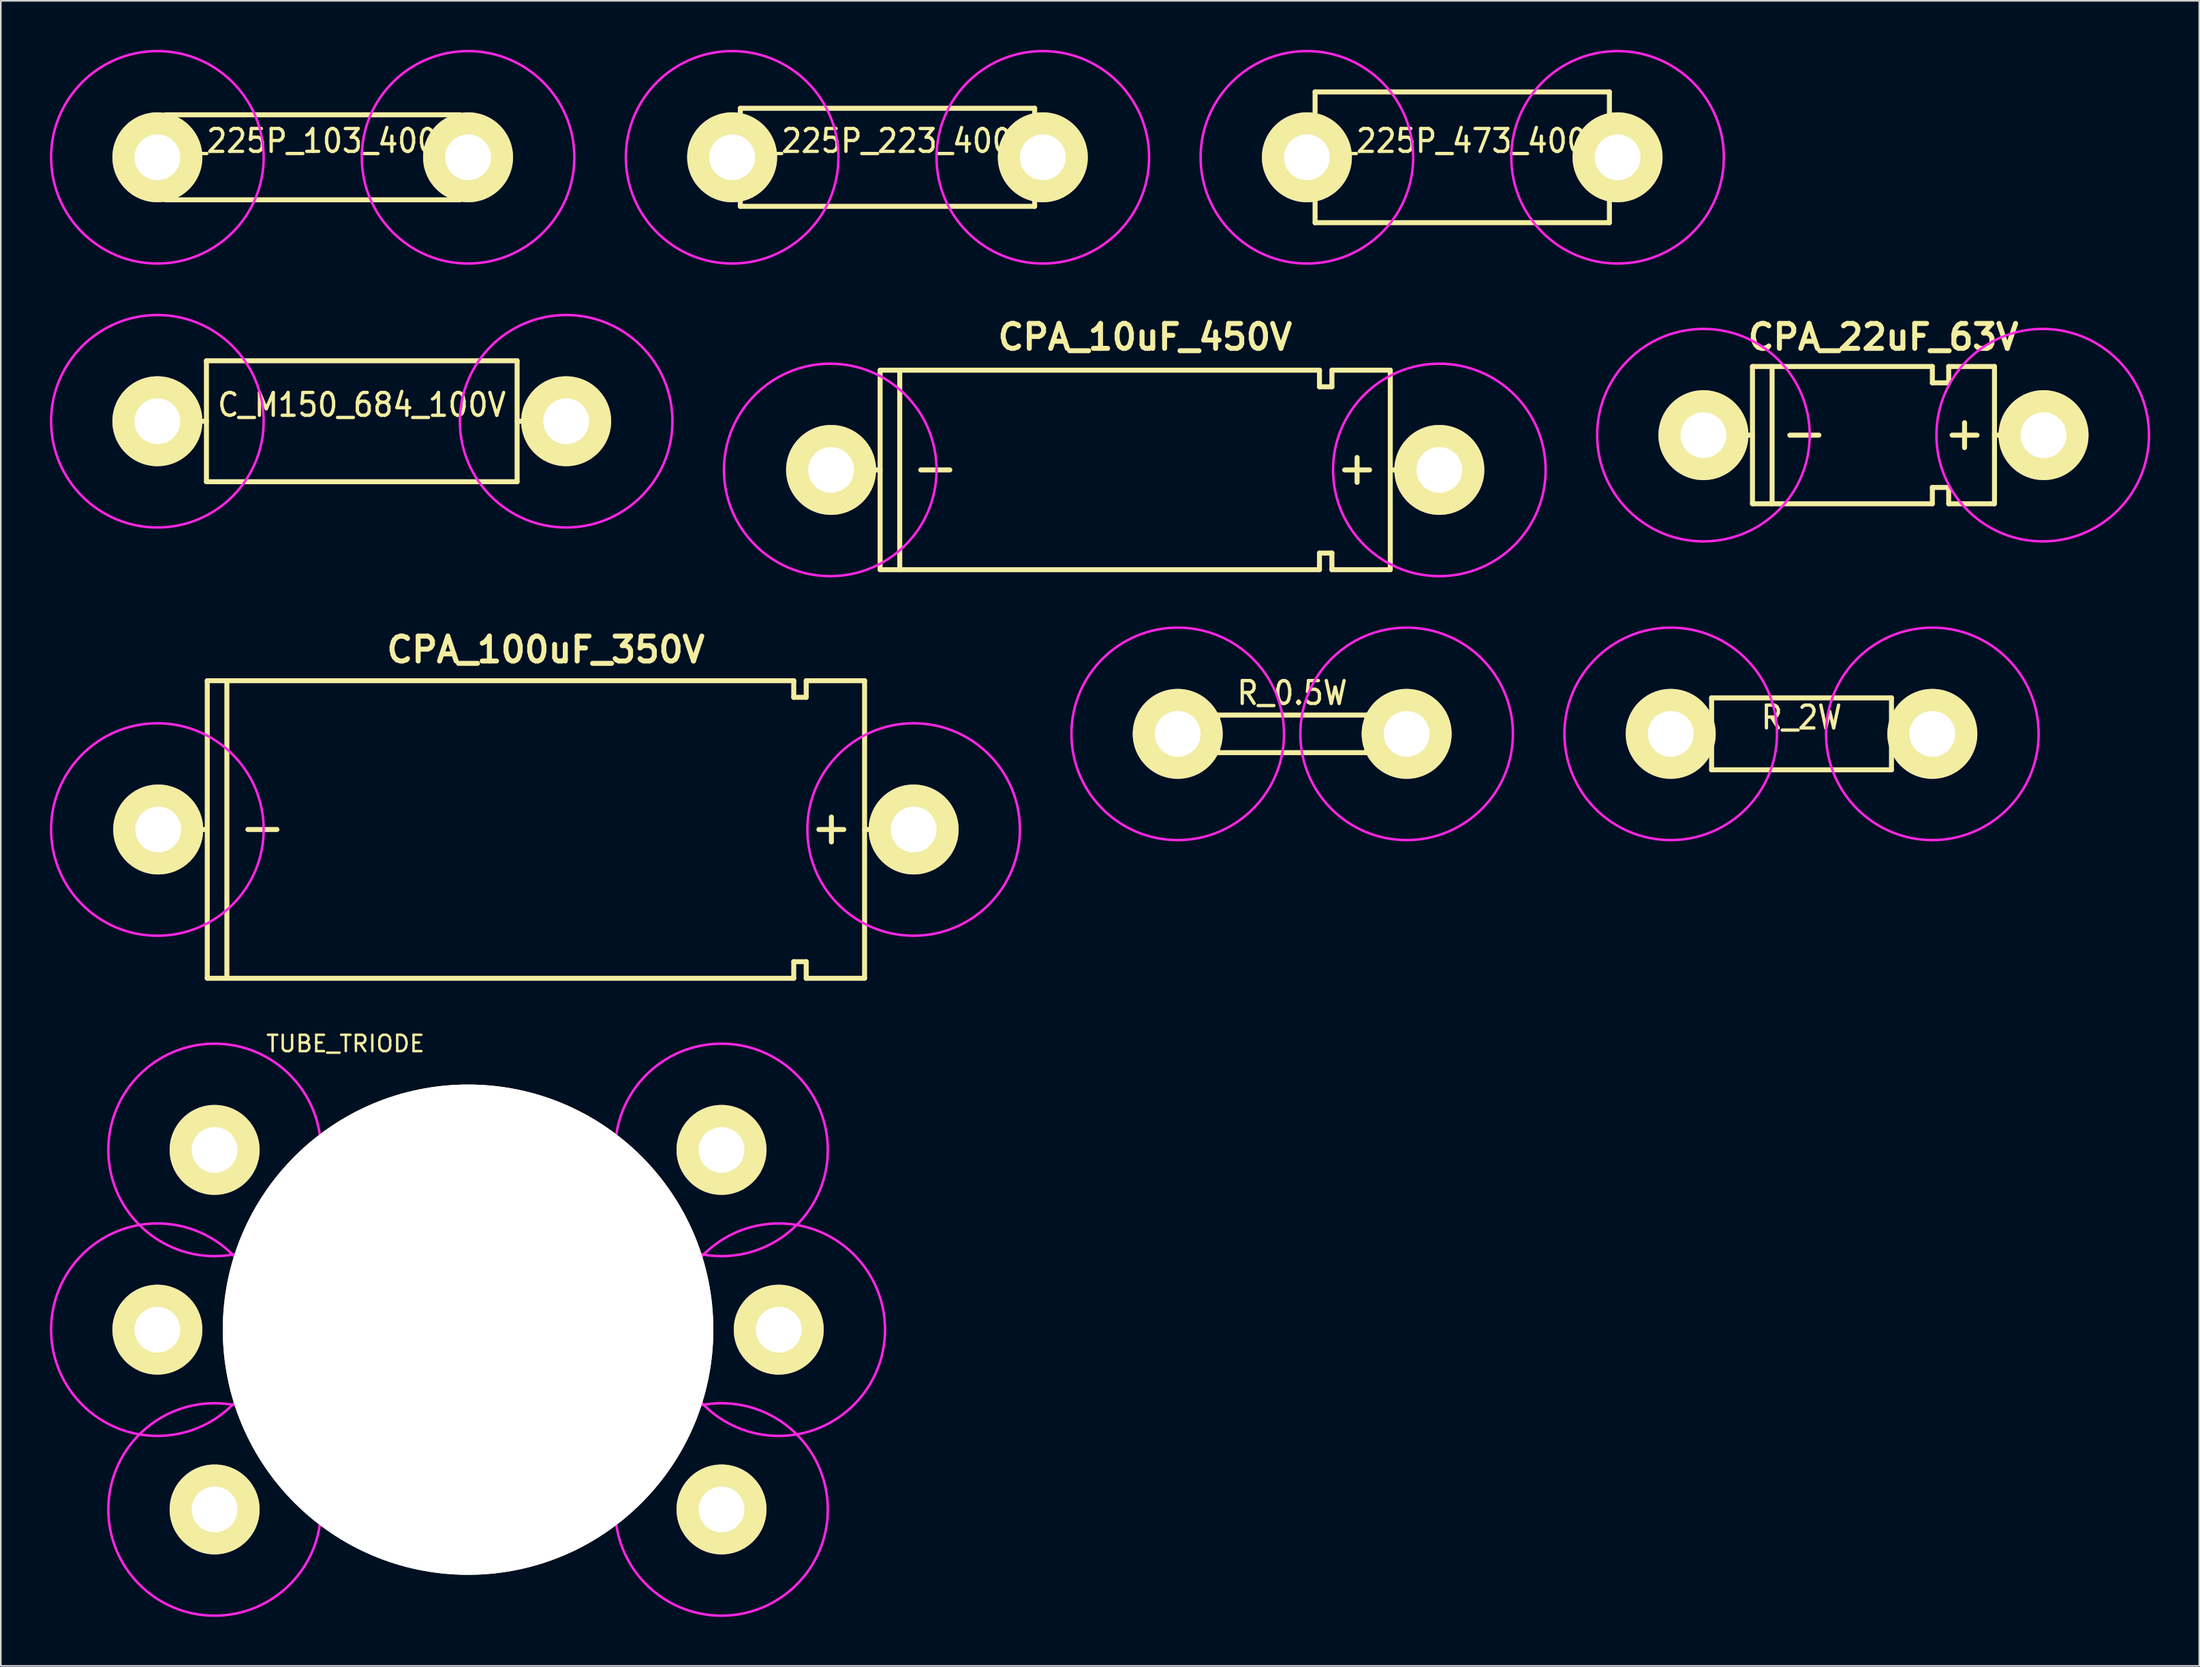
<source format=kicad_pcb>
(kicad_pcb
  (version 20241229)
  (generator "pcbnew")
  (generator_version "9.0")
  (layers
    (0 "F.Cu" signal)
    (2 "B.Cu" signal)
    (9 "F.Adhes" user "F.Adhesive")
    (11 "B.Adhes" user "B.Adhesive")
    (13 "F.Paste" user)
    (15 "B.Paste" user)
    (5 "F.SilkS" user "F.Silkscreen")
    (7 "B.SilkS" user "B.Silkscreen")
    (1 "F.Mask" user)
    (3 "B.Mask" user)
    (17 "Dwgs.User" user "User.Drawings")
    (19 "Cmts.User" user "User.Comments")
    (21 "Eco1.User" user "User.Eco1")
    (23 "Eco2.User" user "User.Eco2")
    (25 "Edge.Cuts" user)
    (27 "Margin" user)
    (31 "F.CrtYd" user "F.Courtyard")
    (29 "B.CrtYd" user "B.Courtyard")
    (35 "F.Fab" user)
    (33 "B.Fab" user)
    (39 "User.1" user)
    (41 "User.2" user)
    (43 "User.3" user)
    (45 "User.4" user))
  (footprint "C_225P_473_400V"
    (layer "F.Cu")
    (at 86.375 6.575)
    (property "Reference" "C_225P_473_400V" (at 0 -1 0) (layer "F.SilkS") (effects (font (size 1.397 1.27) (thickness 0.203))))
    (attr through_hole)
    (fp_line (start -9.5 0) (end -9 0) (stroke (width 0.305) (type solid)) (layer "F.SilkS"))
    (fp_line (start -9 -4) (end 9 -4) (stroke (width 0.305) (type solid)) (layer "F.SilkS"))
    (fp_line (start -9 4) (end -9 -4) (stroke (width 0.305) (type solid)) (layer "F.SilkS"))
    (fp_line (start 9 -4) (end 9 4) (stroke (width 0.305) (type solid)) (layer "F.SilkS"))
    (fp_line (start 9 0) (end 9.5 0) (stroke (width 0.305) (type solid)) (layer "F.SilkS"))
    (fp_line (start 9 4) (end -9 4) (stroke (width 0.305) (type solid)) (layer "F.SilkS"))
    (fp_circle (center -9.5 0) (end -3 0) (stroke (width 0.15) (type solid)) (fill no) (layer "F.CrtYd"))
    (fp_circle (center 9.5 0) (end 16 0) (stroke (width 0.15) (type solid)) (fill no) (layer "F.CrtYd"))
    (pad "1" thru_hole circle (at -9.5 0) (size 5.5 5.5) (drill 2.8) (layers "*.Cu" "*.Mask" "F.SilkS"))
    (pad "2" thru_hole circle (at 9.5 0) (size 5.5 5.5) (drill 2.8) (layers "*.Cu" "*.Mask" "F.SilkS")))
  (footprint "C_225P_103_400V"
    (layer "F.Cu")
    (at 16.075 6.575)
    (property "Reference" "C_225P_103_400V" (at 0 -1 0) (layer "F.SilkS") (effects (font (size 1.397 1.27) (thickness 0.203))))
    (attr through_hole)
    (fp_line (start -9.5 0) (end -9 0) (stroke (width 0.305) (type solid)) (layer "F.SilkS"))
    (fp_line (start -9 -2.6) (end 9 -2.6) (stroke (width 0.305) (type solid)) (layer "F.SilkS"))
    (fp_line (start -9 2.6) (end -9 -2.6) (stroke (width 0.305) (type solid)) (layer "F.SilkS"))
    (fp_line (start 9 -2.6) (end 9 2.6) (stroke (width 0.305) (type solid)) (layer "F.SilkS"))
    (fp_line (start 9 0) (end 9.5 0) (stroke (width 0.305) (type solid)) (layer "F.SilkS"))
    (fp_line (start 9 2.6) (end -9 2.6) (stroke (width 0.305) (type solid)) (layer "F.SilkS"))
    (fp_circle (center -9.5 0) (end -3 0) (stroke (width 0.15) (type solid)) (fill no) (layer "F.CrtYd"))
    (fp_circle (center 9.5 0) (end 16 0) (stroke (width 0.15) (type solid)) (fill no) (layer "F.CrtYd"))
    (pad "1" thru_hole circle (at -9.5 0) (size 5.5 5.5) (drill 2.8) (layers "*.Cu" "*.Mask" "F.SilkS"))
    (pad "2" thru_hole circle (at 9.5 0) (size 5.5 5.5) (drill 2.8) (layers "*.Cu" "*.Mask" "F.SilkS")))
  (footprint "CPA_22uF_63V"
    (layer "F.Cu")
    (at 112.125 23.576)
    (property "Reference" "CPA_22uF_63V" (at 0 -6 0) (layer "F.SilkS") (effects (font (size 1.524 1.524) (thickness 0.305))))
    (attr through_hole)
    (fp_line (start -8 -4.2) (end 3 -4.2) (stroke (width 0.305) (type solid)) (layer "F.SilkS"))
    (fp_line (start -8 0) (end -11 0) (stroke (width 0.305) (type solid)) (layer "F.SilkS"))
    (fp_line (start -8 4.2) (end -8 -4.2) (stroke (width 0.305) (type solid)) (layer "F.SilkS"))
    (fp_line (start -8 4.2) (end 3 4.2) (stroke (width 0.305) (type solid)) (layer "F.SilkS"))
    (fp_line (start -6.8 -4.2) (end -6.8 4.2) (stroke (width 0.305) (type solid)) (layer "F.SilkS"))
    (fp_line (start -5.716 0) (end -3.938 0) (stroke (width 0.305) (type solid)) (layer "F.SilkS"))
    (fp_line (start 3 -3.2) (end 3 -4.2) (stroke (width 0.305) (type solid)) (layer "F.SilkS"))
    (fp_line (start 3 -3.2) (end 4 -3.2) (stroke (width 0.305) (type solid)) (layer "F.SilkS"))
    (fp_line (start 3 3.2) (end 4 3.2) (stroke (width 0.305) (type solid)) (layer "F.SilkS"))
    (fp_line (start 3 4.2) (end 3 3.2) (stroke (width 0.305) (type solid)) (layer "F.SilkS"))
    (fp_line (start 4 -4.2) (end 4 -3.2) (stroke (width 0.305) (type solid)) (layer "F.SilkS"))
    (fp_line (start 4 -4.2) (end 6.8 -4.2) (stroke (width 0.305) (type solid)) (layer "F.SilkS"))
    (fp_line (start 4 3.2) (end 4 4.2) (stroke (width 0.305) (type solid)) (layer "F.SilkS"))
    (fp_line (start 4 4.2) (end 6.8 4.2) (stroke (width 0.305) (type solid)) (layer "F.SilkS"))
    (fp_line (start 4.97 0.762) (end 4.97 -0.762) (stroke (width 0.305) (type solid)) (layer "F.SilkS"))
    (fp_line (start 5.732 0) (end 4.208 0) (stroke (width 0.305) (type solid)) (layer "F.SilkS"))
    (fp_line (start 6.8 -4.2) (end 6.8 4.2) (stroke (width 0.305) (type solid)) (layer "F.SilkS"))
    (fp_line (start 6.8 0) (end 9.8 0) (stroke (width 0.305) (type solid)) (layer "F.SilkS"))
    (fp_circle (center -11 0) (end -4.5 0) (stroke (width 0.15) (type solid)) (fill no) (layer "F.CrtYd"))
    (fp_circle (center 9.75 0) (end 16.25 0) (stroke (width 0.15) (type solid)) (fill no) (layer "F.CrtYd"))
    (pad "1" thru_hole circle (at 9.8 0) (size 5.5 5.5) (drill 2.8) (layers "*.Cu" "*.Mask" "F.SilkS"))
    (pad "2" thru_hole circle (at -11 0) (size 5.5 5.5) (drill 2.8) (layers "*.Cu" "*.Mask" "F.SilkS")))
  (footprint "CPA_10uF_450V"
    (layer "F.Cu")
    (at 66.975 25.704)
    (property "Reference" "CPA_10uF_450V" (at 0 -8.128 0) (layer "F.SilkS") (effects (font (size 1.524 1.524) (thickness 0.305))))
    (attr through_hole)
    (fp_line (start -16.2 -6.104) (end 10.668 -6.104) (stroke (width 0.305) (type solid)) (layer "F.SilkS"))
    (fp_line (start -16.2 0) (end -19.2 0) (stroke (width 0.305) (type solid)) (layer "F.SilkS"))
    (fp_line (start -16.2 6.1) (end -16.2 -6.1) (stroke (width 0.305) (type solid)) (layer "F.SilkS"))
    (fp_line (start -15 -6.1) (end -15 6.1) (stroke (width 0.305) (type solid)) (layer "F.SilkS"))
    (fp_line (start -13.716 0) (end -11.938 0) (stroke (width 0.305) (type solid)) (layer "F.SilkS"))
    (fp_line (start 10.668 -6.104) (end 10.668 -5.088) (stroke (width 0.305) (type solid)) (layer "F.SilkS"))
    (fp_line (start 10.668 -5.088) (end 11.43 -5.088) (stroke (width 0.305) (type solid)) (layer "F.SilkS"))
    (fp_line (start 10.668 5.088) (end 10.668 6.104) (stroke (width 0.305) (type solid)) (layer "F.SilkS"))
    (fp_line (start 10.668 6.104) (end -16.2 6.104) (stroke (width 0.305) (type solid)) (layer "F.SilkS"))
    (fp_line (start 11.43 -6.104) (end 15 -6.104) (stroke (width 0.305) (type solid)) (layer "F.SilkS"))
    (fp_line (start 11.43 -5.088) (end 11.43 -6.104) (stroke (width 0.305) (type solid)) (layer "F.SilkS"))
    (fp_line (start 11.43 5.088) (end 10.668 5.088) (stroke (width 0.305) (type solid)) (layer "F.SilkS"))
    (fp_line (start 11.43 6.104) (end 11.43 5.088) (stroke (width 0.305) (type solid)) (layer "F.SilkS"))
    (fp_line (start 12.97 0.762) (end 12.97 -0.762) (stroke (width 0.305) (type solid)) (layer "F.SilkS"))
    (fp_line (start 13.732 0) (end 12.208 0) (stroke (width 0.305) (type solid)) (layer "F.SilkS"))
    (fp_line (start 15 -6.1) (end 15 6.1) (stroke (width 0.305) (type solid)) (layer "F.SilkS"))
    (fp_line (start 15 0) (end 18 0) (stroke (width 0.305) (type solid)) (layer "F.SilkS"))
    (fp_line (start 15 6.104) (end 11.43 6.104) (stroke (width 0.305) (type solid)) (layer "F.SilkS"))
    (fp_circle (center -19.25 0) (end -12.75 0) (stroke (width 0.15) (type solid)) (fill no) (layer "F.CrtYd"))
    (fp_circle (center 18 0) (end 24.5 0) (stroke (width 0.15) (type solid)) (fill no) (layer "F.CrtYd"))
    (pad "1" thru_hole circle (at 18 0) (size 5.5 5.5) (drill 2.8) (layers "*.Cu" "*.Mask" "F.SilkS"))
    (pad "2" thru_hole circle (at -19.2 0) (size 5.5 5.5) (drill 2.8) (layers "*.Cu" "*.Mask" "F.SilkS")))
  (footprint "C_M150_684_100V"
    (layer "F.Cu")
    (at 19.075 22.725)
    (property "Reference" "C_M150_684_100V" (at 0 -1 0) (layer "F.SilkS") (effects (font (size 1.397 1.27) (thickness 0.203))))
    (attr through_hole)
    (fp_line (start -12.5 0) (end -9.5 0) (stroke (width 0.305) (type solid)) (layer "F.SilkS"))
    (fp_line (start -9.5 -3.7) (end 9.5 -3.7) (stroke (width 0.305) (type solid)) (layer "F.SilkS"))
    (fp_line (start -9.5 3.7) (end -9.5 -3.7) (stroke (width 0.305) (type solid)) (layer "F.SilkS"))
    (fp_line (start 9.5 -3.7) (end 9.5 3.7) (stroke (width 0.305) (type solid)) (layer "F.SilkS"))
    (fp_line (start 9.5 0) (end 12.5 0) (stroke (width 0.305) (type solid)) (layer "F.SilkS"))
    (fp_line (start 9.5 3.7) (end -9.5 3.7) (stroke (width 0.305) (type solid)) (layer "F.SilkS"))
    (fp_circle (center -12.5 0) (end -6 0) (stroke (width 0.15) (type solid)) (fill no) (layer "F.CrtYd"))
    (fp_circle (center 12.5 0) (end 19 0) (stroke (width 0.15) (type solid)) (fill no) (layer "F.CrtYd"))
    (pad "1" thru_hole circle (at -12.5 0) (size 5.5 5.5) (drill 2.8) (layers "*.Cu" "*.Mask" "F.SilkS"))
    (pad "2" thru_hole circle (at 12.5 0) (size 5.5 5.5) (drill 2.8) (layers "*.Cu" "*.Mask" "F.SilkS")))
  (footprint "CPA_100uF_350V"
    (layer "F.Cu")
    (at 30.325 47.706)
    (property "Reference" "CPA_100uF_350V" (at 0 -11 0) (layer "F.SilkS") (effects (font (size 1.524 1.524) (thickness 0.305))))
    (attr through_hole)
    (fp_line (start -20.7 -9.104) (end 15.168 -9.104) (stroke (width 0.305) (type solid)) (layer "F.SilkS"))
    (fp_line (start -20.7 0) (end -23.7 0) (stroke (width 0.305) (type solid)) (layer "F.SilkS"))
    (fp_line (start -20.7 9.1) (end -20.7 -9.1) (stroke (width 0.305) (type solid)) (layer "F.SilkS"))
    (fp_line (start -19.5 -9.1) (end -19.5 9.1) (stroke (width 0.305) (type solid)) (layer "F.SilkS"))
    (fp_line (start -18.216 0) (end -16.438 0) (stroke (width 0.305) (type solid)) (layer "F.SilkS"))
    (fp_line (start 15.168 -9.104) (end 15.168 -8.088) (stroke (width 0.305) (type solid)) (layer "F.SilkS"))
    (fp_line (start 15.168 -8.088) (end 15.93 -8.088) (stroke (width 0.305) (type solid)) (layer "F.SilkS"))
    (fp_line (start 15.168 8.088) (end 15.168 9.104) (stroke (width 0.305) (type solid)) (layer "F.SilkS"))
    (fp_line (start 15.168 9.104) (end -20.7 9.104) (stroke (width 0.305) (type solid)) (layer "F.SilkS"))
    (fp_line (start 15.93 -9.104) (end 19.5 -9.104) (stroke (width 0.305) (type solid)) (layer "F.SilkS"))
    (fp_line (start 15.93 -8.088) (end 15.93 -9.104) (stroke (width 0.305) (type solid)) (layer "F.SilkS"))
    (fp_line (start 15.93 8.088) (end 15.168 8.088) (stroke (width 0.305) (type solid)) (layer "F.SilkS"))
    (fp_line (start 15.93 9.104) (end 15.93 8.088) (stroke (width 0.305) (type solid)) (layer "F.SilkS"))
    (fp_line (start 17.47 0.762) (end 17.47 -0.762) (stroke (width 0.305) (type solid)) (layer "F.SilkS"))
    (fp_line (start 18.232 0) (end 16.708 0) (stroke (width 0.305) (type solid)) (layer "F.SilkS"))
    (fp_line (start 19.5 -9.1) (end 19.5 9.1) (stroke (width 0.305) (type solid)) (layer "F.SilkS"))
    (fp_line (start 19.5 0) (end 22.5 0) (stroke (width 0.305) (type solid)) (layer "F.SilkS"))
    (fp_line (start 19.5 9.104) (end 15.93 9.104) (stroke (width 0.305) (type solid)) (layer "F.SilkS"))
    (fp_circle (center -23.75 0) (end -17.25 0) (stroke (width 0.15) (type solid)) (fill no) (layer "F.CrtYd"))
    (fp_circle (center 22.5 0) (end 29 0) (stroke (width 0.15) (type solid)) (fill no) (layer "F.CrtYd"))
    (pad "1" thru_hole circle (at 22.5 0) (size 5.5 5.5) (drill 2.8) (layers "*.Cu" "*.Mask" "F.SilkS"))
    (pad "2" thru_hole circle (at -23.7 0) (size 5.5 5.5) (drill 2.8) (layers "*.Cu" "*.Mask" "F.SilkS")))
  (footprint "C_225P_223_400V"
    (layer "F.Cu")
    (at 51.225 6.575)
    (property "Reference" "C_225P_223_400V" (at 0 -1 0) (layer "F.SilkS") (effects (font (size 1.397 1.27) (thickness 0.203))))
    (attr through_hole)
    (fp_line (start -9.5 0) (end -9 0) (stroke (width 0.305) (type solid)) (layer "F.SilkS"))
    (fp_line (start -9 -3) (end 9 -3) (stroke (width 0.305) (type solid)) (layer "F.SilkS"))
    (fp_line (start -9 3) (end -9 -3) (stroke (width 0.305) (type solid)) (layer "F.SilkS"))
    (fp_line (start 9 -3) (end 9 3) (stroke (width 0.305) (type solid)) (layer "F.SilkS"))
    (fp_line (start 9 0) (end 9.5 0) (stroke (width 0.305) (type solid)) (layer "F.SilkS"))
    (fp_line (start 9 3) (end -9 3) (stroke (width 0.305) (type solid)) (layer "F.SilkS"))
    (fp_circle (center -9.5 0) (end -3 0) (stroke (width 0.15) (type solid)) (fill no) (layer "F.CrtYd"))
    (fp_circle (center 9.5 0) (end 16 0) (stroke (width 0.15) (type solid)) (fill no) (layer "F.CrtYd"))
    (pad "1" thru_hole circle (at -9.5 0) (size 5.5 5.5) (drill 2.8) (layers "*.Cu" "*.Mask" "F.SilkS"))
    (pad "2" thru_hole circle (at 9.5 0) (size 5.5 5.5) (drill 2.8) (layers "*.Cu" "*.Mask" "F.SilkS")))
  (footprint "R_0.5W"
    (layer "F.Cu")
    (at 75.975 41.854)
    (property "Reference" "R_0.5W" (at 0 -2.5 0) (layer "F.SilkS") (effects (font (size 1.397 1.27) (thickness 0.203))))
    (attr through_hole)
    (fp_line (start -7 0) (end -4.564 0) (stroke (width 0.305) (type solid)) (layer "F.SilkS"))
    (fp_line (start -4.564 0) (end -4.564 -1.15) (stroke (width 0.305) (type solid)) (layer "F.SilkS"))
    (fp_line (start -4.564 1.15) (end -4.564 0) (stroke (width 0.305) (type solid)) (layer "F.SilkS"))
    (fp_line (start -4.5 -1.15) (end 4.5 -1.15) (stroke (width 0.305) (type solid)) (layer "F.SilkS"))
    (fp_line (start 4.5 1.15) (end -4.5 1.15) (stroke (width 0.305) (type solid)) (layer "F.SilkS"))
    (fp_line (start 4.564 -1.15) (end 4.564 1.15) (stroke (width 0.305) (type solid)) (layer "F.SilkS"))
    (fp_line (start 7 0) (end 4.564 0) (stroke (width 0.305) (type solid)) (layer "F.SilkS"))
    (fp_circle (center -7 0) (end -0.5 0) (stroke (width 0.15) (type solid)) (fill no) (layer "F.CrtYd"))
    (fp_circle (center 7 0) (end 13.5 0) (stroke (width 0.15) (type solid)) (fill no) (layer "F.CrtYd"))
    (pad "1" thru_hole circle (at -7 0) (size 5.5 5.5) (drill 2.8) (layers "*.Cu" "*.Mask" "F.SilkS"))
    (pad "2" thru_hole circle (at 7 0) (size 5.5 5.5) (drill 2.8) (layers "*.Cu" "*.Mask" "F.SilkS")))
  (footprint "R_2W"
    (layer "F.Cu")
    (at 107.125 41.854)
    (property "Reference" "R_2W" (at 0 -1 0) (layer "F.SilkS") (effects (font (size 1.397 1.27) (thickness 0.203))))
    (attr through_hole)
    (fp_line (start -8 0) (end -5.564 0) (stroke (width 0.305) (type solid)) (layer "F.SilkS"))
    (fp_line (start -5.5 -2.2) (end 5.5 -2.2) (stroke (width 0.305) (type solid)) (layer "F.SilkS"))
    (fp_line (start -5.5 2.2) (end -5.5 -2.2) (stroke (width 0.305) (type solid)) (layer "F.SilkS"))
    (fp_line (start 5.5 -2.2) (end 5.5 2.2) (stroke (width 0.305) (type solid)) (layer "F.SilkS"))
    (fp_line (start 5.5 2.2) (end -5.5 2.2) (stroke (width 0.305) (type solid)) (layer "F.SilkS"))
    (fp_line (start 8 0) (end 5.564 0) (stroke (width 0.305) (type solid)) (layer "F.SilkS"))
    (fp_circle (center -8 0) (end -1.5 0) (stroke (width 0.15) (type solid)) (fill no) (layer "F.CrtYd"))
    (fp_circle (center 8 0) (end 14.5 0) (stroke (width 0.15) (type solid)) (fill no) (layer "F.CrtYd"))
    (pad "1" thru_hole circle (at -8 0) (size 5.5 5.5) (drill 2.8) (layers "*.Cu" "*.Mask" "F.SilkS"))
    (pad "2" thru_hole circle (at 8 0) (size 5.5 5.5) (drill 2.8) (layers "*.Cu" "*.Mask" "F.SilkS")))
  (footprint "TUBE_TRIODE"
    (layer "F.Cu")
    (at 25.575 78.311)
    (property "Reference" "TUBE_TRIODE" (at -7.5 -17.5 0) (layer "F.SilkS") (effects (font (size 1 1) (thickness 0.15))))
    (attr through_hole)
    (fp_circle (center -19 0) (end -12.5 0) (stroke (width 0.15) (type solid)) (fill no) (layer "F.CrtYd"))
    (fp_circle (center -15.5 -11) (end -9 -11) (stroke (width 0.15) (type solid)) (fill no) (layer "F.CrtYd"))
    (fp_circle (center -15.5 11) (end -9 11) (stroke (width 0.15) (type solid)) (fill no) (layer "F.CrtYd"))
    (fp_circle (center 15.5 -11) (end 22 -11) (stroke (width 0.15) (type solid)) (fill no) (layer "F.CrtYd"))
    (fp_circle (center 15.5 11) (end 22 11) (stroke (width 0.15) (type solid)) (fill no) (layer "F.CrtYd"))
    (fp_circle (center 19 0) (end 25.5 0) (stroke (width 0.15) (type solid)) (fill no) (layer "F.CrtYd"))
    (pad "" np_thru_hole circle (at 0 0) (size 30 30) (drill 30) (layers "*.Cu" "*.Mask" "F.SilkS"))
    (pad "1" thru_hole circle (at -15.5 11) (size 5.5 5.5) (drill 2.8) (layers "*.Cu" "*.Mask" "F.SilkS"))
    (pad "2" thru_hole circle (at -19 0) (size 5.5 5.5) (drill 2.8) (layers "*.Cu" "*.Mask" "F.SilkS"))
    (pad "3" thru_hole circle (at -15.5 -11) (size 5.5 5.5) (drill 2.8) (layers "*.Cu" "*.Mask" "F.SilkS"))
    (pad "6" thru_hole circle (at 15.5 -11) (size 5.5 5.5) (drill 2.8) (layers "*.Cu" "*.Mask" "F.SilkS"))
    (pad "7" thru_hole circle (at 19 0) (size 5.5 5.5) (drill 2.8) (layers "*.Cu" "*.Mask" "F.SilkS"))
    (pad "8" thru_hole circle (at 15.5 11) (size 5.5 5.5) (drill 2.8) (layers "*.Cu" "*.Mask" "F.SilkS")))
  (gr_rect
    (start -3 -3)
    (end 131.45 98.886)
    (stroke (width 0.1) (type default))
    (fill no)
    (layer "Edge.Cuts")))
</source>
